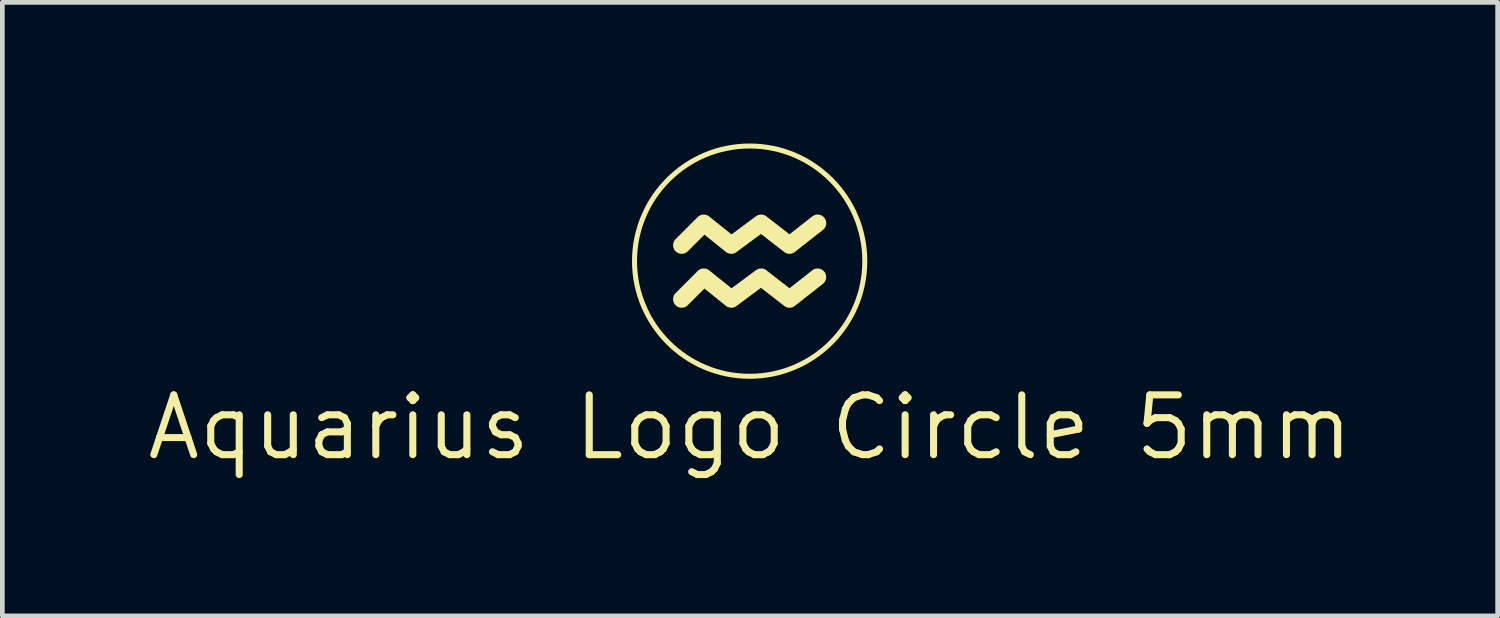
<source format=kicad_pcb>
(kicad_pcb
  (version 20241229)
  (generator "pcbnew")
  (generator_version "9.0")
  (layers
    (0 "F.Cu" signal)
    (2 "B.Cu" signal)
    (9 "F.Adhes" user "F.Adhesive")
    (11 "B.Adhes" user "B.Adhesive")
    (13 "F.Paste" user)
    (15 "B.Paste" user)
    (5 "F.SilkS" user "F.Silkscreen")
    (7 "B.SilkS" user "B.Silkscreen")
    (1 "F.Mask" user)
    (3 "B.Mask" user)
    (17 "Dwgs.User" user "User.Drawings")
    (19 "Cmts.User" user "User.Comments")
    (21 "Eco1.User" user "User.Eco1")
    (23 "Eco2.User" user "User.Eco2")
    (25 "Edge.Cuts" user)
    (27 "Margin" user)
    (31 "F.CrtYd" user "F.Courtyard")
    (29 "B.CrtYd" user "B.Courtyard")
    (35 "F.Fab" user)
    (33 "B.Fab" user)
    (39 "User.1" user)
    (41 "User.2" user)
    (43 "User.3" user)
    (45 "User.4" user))
  (footprint "Aquarius Logo Circle 5mm"
    (layer "F.Cu")
    (at 12.889 2.532)
    (property "Reference" "Aquarius Logo Circle 5mm" (at 0 3.5 0) (layer "F.SilkS") (effects (font (size 1.27 1.27) (thickness 0.15))))
    (fp_poly (pts (xy -0.977 -1.022) (xy -0.968 -1.022) (xy -0.96 -1.021) (xy -0.952 -1.02) (xy -0.944 -1.018) (xy -0.936 -1.016) (xy -0.928 -1.014) (xy -0.92 -1.012) (xy -0.912 -1.008) (xy -0.905 -1.005) (xy -0.897 -1.001) (xy -0.89 -0.997) (xy -0.882 -0.993) (xy -0.875 -0.988) (xy -0.868 -0.982) (xy -0.393 -0.601) (xy 0.127 -0.987) (xy 0.133 -0.991) (xy 0.14 -0.995) (xy 0.146 -0.999) (xy 0.153 -1.003) (xy 0.166 -1.009) (xy 0.18 -1.014) (xy 0.195 -1.018) (xy 0.209 -1.021) (xy 0.224 -1.022) (xy 0.238 -1.023) (xy 0.253 -1.022) (xy 0.267 -1.02) (xy 0.282 -1.017) (xy 0.296 -1.013) (xy 0.309 -1.007) (xy 0.323 -1.001) (xy 0.329 -0.997) (xy 0.336 -0.993) (xy 0.342 -0.989) (xy 0.348 -0.984) (xy 0.839 -0.603) (xy 1.324 -0.984) (xy 1.331 -0.989) (xy 1.339 -0.994) (xy 1.347 -0.999) (xy 1.355 -1.003) (xy 1.363 -1.007) (xy 1.371 -1.011) (xy 1.38 -1.014) (xy 1.388 -1.016) (xy 1.397 -1.018) (xy 1.406 -1.02) (xy 1.414 -1.021) (xy 1.423 -1.022) (xy 1.432 -1.023) (xy 1.441 -1.023) (xy 1.45 -1.022) (xy 1.458 -1.021) (xy 1.467 -1.02) (xy 1.476 -1.018) (xy 1.484 -1.016) (xy 1.493 -1.014) (xy 1.501 -1.011) (xy 1.509 -1.008) (xy 1.517 -1.004) (xy 1.525 -1) (xy 1.533 -0.995) (xy 1.54 -0.99) (xy 1.547 -0.985) (xy 1.555 -0.979) (xy 1.561 -0.973) (xy 1.568 -0.967) (xy 1.574 -0.96) (xy 1.58 -0.953) (xy 1.586 -0.945) (xy 1.591 -0.937) (xy 1.596 -0.93) (xy 1.6 -0.921) (xy 1.604 -0.913) (xy 1.607 -0.905) (xy 1.61 -0.896) (xy 1.613 -0.888) (xy 1.615 -0.879) (xy 1.617 -0.871) (xy 1.618 -0.862) (xy 1.619 -0.853) (xy 1.619 -0.844) (xy 1.619 -0.835) (xy 1.619 -0.827) (xy 1.618 -0.818) (xy 1.617 -0.809) (xy 1.615 -0.801) (xy 1.613 -0.792) (xy 1.611 -0.784) (xy 1.608 -0.775) (xy 1.604 -0.767) (xy 1.601 -0.759) (xy 1.597 -0.751) (xy 1.592 -0.744) (xy 1.587 -0.736) (xy 1.582 -0.729) (xy 1.576 -0.722) (xy 1.57 -0.715) (xy 1.564 -0.708) (xy 1.557 -0.702) (xy 1.549 -0.696) (xy 0.952 -0.227) (xy 0.946 -0.222) (xy 0.939 -0.218) (xy 0.933 -0.213) (xy 0.926 -0.21) (xy 0.919 -0.206) (xy 0.912 -0.203) (xy 0.905 -0.2) (xy 0.898 -0.197) (xy 0.891 -0.195) (xy 0.884 -0.193) (xy 0.876 -0.191) (xy 0.869 -0.19) (xy 0.862 -0.189) (xy 0.854 -0.188) (xy 0.847 -0.188) (xy 0.839 -0.188) (xy 0.832 -0.188) (xy 0.824 -0.188) (xy 0.817 -0.189) (xy 0.81 -0.19) (xy 0.802 -0.191) (xy 0.795 -0.193) (xy 0.788 -0.195) (xy 0.781 -0.197) (xy 0.774 -0.2) (xy 0.767 -0.203) (xy 0.76 -0.206) (xy 0.753 -0.209) (xy 0.746 -0.213) (xy 0.74 -0.217) (xy 0.733 -0.222) (xy 0.727 -0.226) (xy 0.233 -0.61) (xy -0.289 -0.224) (xy -0.295 -0.219) (xy -0.302 -0.215) (xy -0.308 -0.211) (xy -0.315 -0.207) (xy -0.329 -0.201) (xy -0.343 -0.196) (xy -0.357 -0.192) (xy -0.372 -0.19) (xy -0.387 -0.188) (xy -0.401 -0.188) (xy -0.416 -0.189) (xy -0.431 -0.191) (xy -0.445 -0.194) (xy -0.459 -0.198) (xy -0.473 -0.204) (xy -0.487 -0.211) (xy -0.493 -0.215) (xy -0.5 -0.219) (xy -0.506 -0.223) (xy -0.512 -0.228) (xy -0.969 -0.595) (xy -1.323 -0.241) (xy -1.33 -0.235) (xy -1.337 -0.229) (xy -1.344 -0.223) (xy -1.352 -0.218) (xy -1.359 -0.213) (xy -1.367 -0.209) (xy -1.375 -0.205) (xy -1.383 -0.201) (xy -1.392 -0.198) (xy -1.4 -0.195) (xy -1.409 -0.193) (xy -1.417 -0.191) (xy -1.426 -0.19) (xy -1.435 -0.189) (xy -1.443 -0.188) (xy -1.452 -0.188) (xy -1.461 -0.188) (xy -1.47 -0.189) (xy -1.478 -0.19) (xy -1.487 -0.191) (xy -1.496 -0.193) (xy -1.504 -0.195) (xy -1.513 -0.198) (xy -1.521 -0.201) (xy -1.529 -0.205) (xy -1.537 -0.209) (xy -1.545 -0.213) (xy -1.553 -0.218) (xy -1.56 -0.223) (xy -1.567 -0.229) (xy -1.575 -0.235) (xy -1.581 -0.241) (xy -1.588 -0.248) (xy -1.594 -0.255) (xy -1.6 -0.262) (xy -1.605 -0.27) (xy -1.61 -0.278) (xy -1.614 -0.286) (xy -1.618 -0.294) (xy -1.622 -0.302) (xy -1.625 -0.31) (xy -1.627 -0.318) (xy -1.63 -0.327) (xy -1.632 -0.336) (xy -1.633 -0.344) (xy -1.634 -0.353) (xy -1.635 -0.362) (xy -1.635 -0.371) (xy -1.635 -0.379) (xy -1.634 -0.388) (xy -1.633 -0.397) (xy -1.632 -0.405) (xy -1.63 -0.414) (xy -1.627 -0.423) (xy -1.625 -0.431) (xy -1.622 -0.439) (xy -1.618 -0.448) (xy -1.614 -0.456) (xy -1.61 -0.463) (xy -1.605 -0.471) (xy -1.6 -0.479) (xy -1.594 -0.486) (xy -1.588 -0.493) (xy -1.581 -0.5) (xy -1.112 -0.969) (xy -1.106 -0.975) (xy -1.099 -0.981) (xy -1.093 -0.986) (xy -1.086 -0.991) (xy -1.079 -0.996) (xy -1.071 -1) (xy -1.064 -1.004) (xy -1.056 -1.007) (xy -1.049 -1.01) (xy -1.041 -1.013) (xy -1.033 -1.016) (xy -1.025 -1.018) (xy -1.017 -1.019) (xy -1.009 -1.021) (xy -1.001 -1.022) (xy -0.993 -1.022) (xy -0.985 -1.023)) (stroke (width -0.000001) (type solid)) (fill yes) (layer "F.SilkS"))
    (fp_poly (pts (xy 1.45 0.123) (xy 1.458 0.124) (xy 1.467 0.126) (xy 1.476 0.127) (xy 1.484 0.129) (xy 1.493 0.132) (xy 1.501 0.135) (xy 1.509 0.138) (xy 1.517 0.142) (xy 1.525 0.146) (xy 1.533 0.15) (xy 1.54 0.155) (xy 1.547 0.161) (xy 1.555 0.166) (xy 1.561 0.172) (xy 1.568 0.179) (xy 1.574 0.186) (xy 1.58 0.193) (xy 1.586 0.201) (xy 1.591 0.208) (xy 1.596 0.216) (xy 1.6 0.224) (xy 1.604 0.232) (xy 1.607 0.241) (xy 1.61 0.249) (xy 1.613 0.258) (xy 1.615 0.266) (xy 1.617 0.275) (xy 1.618 0.284) (xy 1.619 0.293) (xy 1.619 0.301) (xy 1.619 0.31) (xy 1.619 0.319) (xy 1.618 0.328) (xy 1.617 0.336) (xy 1.615 0.345) (xy 1.613 0.354) (xy 1.611 0.362) (xy 1.608 0.37) (xy 1.604 0.378) (xy 1.601 0.387) (xy 1.597 0.394) (xy 1.592 0.402) (xy 1.587 0.41) (xy 1.582 0.417) (xy 1.576 0.424) (xy 1.57 0.431) (xy 1.564 0.437) (xy 1.557 0.444) (xy 1.549 0.45) (xy 0.952 0.919) (xy 0.946 0.924) (xy 0.939 0.928) (xy 0.933 0.932) (xy 0.926 0.936) (xy 0.919 0.94) (xy 0.912 0.943) (xy 0.905 0.946) (xy 0.898 0.948) (xy 0.891 0.951) (xy 0.884 0.952) (xy 0.876 0.954) (xy 0.869 0.956) (xy 0.862 0.957) (xy 0.854 0.957) (xy 0.847 0.958) (xy 0.839 0.958) (xy 0.832 0.958) (xy 0.824 0.957) (xy 0.817 0.957) (xy 0.81 0.956) (xy 0.802 0.954) (xy 0.795 0.953) (xy 0.788 0.951) (xy 0.781 0.948) (xy 0.774 0.946) (xy 0.767 0.943) (xy 0.76 0.94) (xy 0.753 0.936) (xy 0.746 0.933) (xy 0.74 0.929) (xy 0.733 0.924) (xy 0.727 0.919) (xy 0.233 0.535) (xy -0.289 0.922) (xy -0.295 0.927) (xy -0.302 0.931) (xy -0.308 0.935) (xy -0.315 0.938) (xy -0.329 0.945) (xy -0.343 0.95) (xy -0.357 0.953) (xy -0.372 0.956) (xy -0.387 0.958) (xy -0.401 0.958) (xy -0.416 0.957) (xy -0.431 0.955) (xy -0.445 0.952) (xy -0.459 0.947) (xy -0.473 0.942) (xy -0.487 0.935) (xy -0.493 0.931) (xy -0.5 0.927) (xy -0.506 0.923) (xy -0.512 0.918) (xy -0.969 0.551) (xy -1.323 0.904) (xy -1.33 0.911) (xy -1.337 0.917) (xy -1.344 0.923) (xy -1.352 0.928) (xy -1.359 0.933) (xy -1.367 0.937) (xy -1.375 0.941) (xy -1.383 0.945) (xy -1.392 0.948) (xy -1.4 0.95) (xy -1.409 0.953) (xy -1.417 0.955) (xy -1.426 0.956) (xy -1.435 0.957) (xy -1.443 0.958) (xy -1.452 0.958) (xy -1.461 0.958) (xy -1.47 0.957) (xy -1.478 0.956) (xy -1.487 0.955) (xy -1.496 0.953) (xy -1.504 0.95) (xy -1.513 0.948) (xy -1.521 0.945) (xy -1.529 0.941) (xy -1.537 0.937) (xy -1.545 0.933) (xy -1.553 0.928) (xy -1.56 0.923) (xy -1.567 0.917) (xy -1.575 0.911) (xy -1.581 0.904) (xy -1.588 0.898) (xy -1.594 0.891) (xy -1.6 0.883) (xy -1.605 0.876) (xy -1.61 0.868) (xy -1.614 0.86) (xy -1.618 0.852) (xy -1.622 0.844) (xy -1.625 0.836) (xy -1.627 0.827) (xy -1.63 0.819) (xy -1.632 0.81) (xy -1.633 0.801) (xy -1.634 0.793) (xy -1.635 0.784) (xy -1.635 0.775) (xy -1.635 0.766) (xy -1.634 0.758) (xy -1.633 0.749) (xy -1.632 0.74) (xy -1.63 0.732) (xy -1.627 0.723) (xy -1.625 0.715) (xy -1.622 0.706) (xy -1.618 0.698) (xy -1.614 0.69) (xy -1.61 0.682) (xy -1.605 0.675) (xy -1.6 0.667) (xy -1.594 0.66) (xy -1.588 0.653) (xy -1.581 0.646) (xy -1.112 0.177) (xy -1.106 0.171) (xy -1.099 0.165) (xy -1.093 0.16) (xy -1.086 0.155) (xy -1.079 0.15) (xy -1.071 0.146) (xy -1.064 0.142) (xy -1.056 0.139) (xy -1.049 0.135) (xy -1.041 0.133) (xy -1.033 0.13) (xy -1.025 0.128) (xy -1.017 0.126) (xy -1.009 0.125) (xy -1.001 0.124) (xy -0.993 0.123) (xy -0.985 0.123) (xy -0.977 0.123) (xy -0.968 0.124) (xy -0.96 0.124) (xy -0.952 0.126) (xy -0.944 0.127) (xy -0.936 0.129) (xy -0.928 0.131) (xy -0.92 0.134) (xy -0.912 0.137) (xy -0.905 0.141) (xy -0.897 0.144) (xy -0.89 0.149) (xy -0.882 0.153) (xy -0.875 0.158) (xy -0.868 0.163) (xy -0.393 0.544) (xy 0.127 0.159) (xy 0.133 0.155) (xy 0.14 0.15) (xy 0.146 0.147) (xy 0.153 0.143) (xy 0.166 0.137) (xy 0.18 0.132) (xy 0.195 0.128) (xy 0.209 0.125) (xy 0.224 0.124) (xy 0.238 0.123) (xy 0.253 0.124) (xy 0.267 0.126) (xy 0.282 0.129) (xy 0.296 0.133) (xy 0.309 0.138) (xy 0.323 0.145) (xy 0.329 0.149) (xy 0.336 0.153) (xy 0.342 0.157) (xy 0.348 0.162) (xy 0.839 0.543) (xy 1.324 0.162) (xy 1.331 0.157) (xy 1.339 0.151) (xy 1.347 0.147) (xy 1.355 0.142) (xy 1.363 0.138) (xy 1.371 0.135) (xy 1.38 0.132) (xy 1.388 0.129) (xy 1.397 0.127) (xy 1.406 0.126) (xy 1.414 0.124) (xy 1.423 0.124) (xy 1.432 0.123) (xy 1.441 0.123)) (stroke (width -0.000001) (type solid)) (fill yes) (layer "F.SilkS"))
    (fp_poly (pts (xy 0.121 -2.529) (xy 0.248 -2.519) (xy 0.373 -2.503) (xy 0.496 -2.481) (xy 0.617 -2.454) (xy 0.736 -2.42) (xy 0.852 -2.381) (xy 0.965 -2.336) (xy 1.076 -2.286) (xy 1.184 -2.231) (xy 1.289 -2.17) (xy 1.39 -2.105) (xy 1.488 -2.036) (xy 1.582 -1.961) (xy 1.673 -1.883) (xy 1.76 -1.8) (xy 1.843 -1.713) (xy 1.921 -1.623) (xy 1.996 -1.528) (xy 2.065 -1.43) (xy 2.13 -1.329) (xy 2.19 -1.224) (xy 2.246 -1.116) (xy 2.296 -1.005) (xy 2.341 -0.892) (xy 2.38 -0.776) (xy 2.413 -0.657) (xy 2.441 -0.536) (xy 2.463 -0.413) (xy 2.479 -0.288) (xy 2.489 -0.161) (xy 2.492 -0.032) (xy 2.489 0.096) (xy 2.479 0.223) (xy 2.463 0.348) (xy 2.441 0.472) (xy 2.413 0.592) (xy 2.38 0.711) (xy 2.341 0.827) (xy 2.296 0.941) (xy 2.246 1.052) (xy 2.19 1.159) (xy 2.13 1.264) (xy 2.065 1.365) (xy 1.996 1.463) (xy 1.921 1.558) (xy 1.843 1.649) (xy 1.76 1.735) (xy 1.673 1.818) (xy 1.582 1.897) (xy 1.488 1.971) (xy 1.39 2.041) (xy 1.289 2.106) (xy 1.184 2.166) (xy 1.076 2.221) (xy 0.965 2.271) (xy 0.852 2.316) (xy 0.736 2.355) (xy 0.617 2.389) (xy 0.496 2.417) (xy 0.373 2.439) (xy 0.248 2.455) (xy 0.121 2.464) (xy -0.008 2.468) (xy -0.136 2.464) (xy -0.263 2.455) (xy -0.388 2.439) (xy -0.512 2.417) (xy -0.633 2.389) (xy -0.751 2.355) (xy -0.867 2.316) (xy -0.981 2.271) (xy -1.092 2.221) (xy -1.199 2.166) (xy -1.304 2.106) (xy -1.406 2.041) (xy -1.504 1.971) (xy -1.598 1.897) (xy -1.689 1.818) (xy -1.776 1.735) (xy -1.858 1.649) (xy -1.937 1.558) (xy -2.011 1.463) (xy -2.081 1.365) (xy -2.146 1.264) (xy -2.206 1.159) (xy -2.261 1.052) (xy -2.311 0.941) (xy -2.356 0.827) (xy -2.395 0.711) (xy -2.429 0.592) (xy -2.457 0.472) (xy -2.479 0.348) (xy -2.495 0.223) (xy -2.505 0.096) (xy -2.508 -0.032) (xy -2.402 -0.032) (xy -2.398 0.091) (xy -2.389 0.212) (xy -2.374 0.332) (xy -2.353 0.45) (xy -2.326 0.566) (xy -2.294 0.68) (xy -2.256 0.791) (xy -2.213 0.899) (xy -2.165 1.005) (xy -2.113 1.109) (xy -2.055 1.209) (xy -1.993 1.306) (xy -1.926 1.4) (xy -1.855 1.49) (xy -1.78 1.577) (xy -1.7 1.66) (xy -1.617 1.74) (xy -1.53 1.815) (xy -1.44 1.886) (xy -1.346 1.953) (xy -1.249 2.015) (xy -1.149 2.072) (xy -1.046 2.125) (xy -0.94 2.173) (xy -0.831 2.216) (xy -0.72 2.254) (xy -0.606 2.286) (xy -0.49 2.313) (xy -0.372 2.334) (xy -0.253 2.349) (xy -0.131 2.358) (xy -0.008 2.361) (xy 0.115 2.358) (xy 0.237 2.349) (xy 0.357 2.334) (xy 0.475 2.313) (xy 0.59 2.286) (xy 0.704 2.254) (xy 0.815 2.216) (xy 0.924 2.173) (xy 1.03 2.125) (xy 1.133 2.072) (xy 1.233 2.015) (xy 1.331 1.953) (xy 1.424 1.886) (xy 1.515 1.815) (xy 1.602 1.74) (xy 1.685 1.66) (xy 1.764 1.577) (xy 1.839 1.49) (xy 1.91 1.4) (xy 1.977 1.306) (xy 2.039 1.209) (xy 2.097 1.109) (xy 2.15 1.005) (xy 2.198 0.899) (xy 2.241 0.791) (xy 2.278 0.68) (xy 2.311 0.566) (xy 2.337 0.45) (xy 2.358 0.332) (xy 2.374 0.212) (xy 2.383 0.091) (xy 2.386 -0.032) (xy 2.383 -0.155) (xy 2.374 -0.277) (xy 2.358 -0.397) (xy 2.337 -0.515) (xy 2.311 -0.631) (xy 2.278 -0.744) (xy 2.241 -0.855) (xy 2.198 -0.964) (xy 2.15 -1.07) (xy 2.097 -1.173) (xy 2.039 -1.274) (xy 1.977 -1.371) (xy 1.91 -1.465) (xy 1.839 -1.555) (xy 1.764 -1.642) (xy 1.685 -1.725) (xy 1.602 -1.804) (xy 1.515 -1.879) (xy 1.424 -1.951) (xy 1.331 -2.017) (xy 1.233 -2.08) (xy 1.133 -2.137) (xy 1.03 -2.19) (xy 0.924 -2.238) (xy 0.815 -2.281) (xy 0.704 -2.318) (xy 0.59 -2.351) (xy 0.475 -2.377) (xy 0.357 -2.398) (xy 0.237 -2.414) (xy 0.115 -2.423) (xy -0.008 -2.426) (xy -0.131 -2.423) (xy -0.253 -2.414) (xy -0.372 -2.398) (xy -0.49 -2.377) (xy -0.606 -2.351) (xy -0.72 -2.318) (xy -0.831 -2.281) (xy -0.94 -2.238) (xy -1.046 -2.19) (xy -1.149 -2.137) (xy -1.249 -2.08) (xy -1.346 -2.017) (xy -1.44 -1.951) (xy -1.53 -1.879) (xy -1.617 -1.804) (xy -1.7 -1.725) (xy -1.78 -1.642) (xy -1.855 -1.555) (xy -1.926 -1.465) (xy -1.993 -1.371) (xy -2.055 -1.274) (xy -2.113 -1.173) (xy -2.165 -1.07) (xy -2.213 -0.964) (xy -2.256 -0.855) (xy -2.294 -0.744) (xy -2.326 -0.631) (xy -2.353 -0.515) (xy -2.374 -0.397) (xy -2.389 -0.277) (xy -2.398 -0.155) (xy -2.402 -0.032) (xy -2.508 -0.032) (xy -2.505 -0.161) (xy -2.495 -0.288) (xy -2.479 -0.413) (xy -2.457 -0.536) (xy -2.429 -0.657) (xy -2.395 -0.776) (xy -2.356 -0.892) (xy -2.311 -1.005) (xy -2.261 -1.116) (xy -2.206 -1.224) (xy -2.146 -1.329) (xy -2.081 -1.43) (xy -2.011 -1.528) (xy -1.937 -1.623) (xy -1.858 -1.713) (xy -1.776 -1.8) (xy -1.689 -1.883) (xy -1.598 -1.961) (xy -1.504 -2.036) (xy -1.406 -2.105) (xy -1.304 -2.17) (xy -1.199 -2.231) (xy -1.092 -2.286) (xy -0.981 -2.336) (xy -0.867 -2.381) (xy -0.751 -2.42) (xy -0.633 -2.454) (xy -0.512 -2.481) (xy -0.388 -2.503) (xy -0.263 -2.519) (xy -0.136 -2.529) (xy -0.008 -2.532)) (stroke (width -0.000001) (type solid)) (fill yes) (layer "F.SilkS")))
  (gr_rect
    (start -3 -3)
    (end 28.777 10.038)
    (stroke (width 0.1) (type default))
    (fill no)
    (layer "Edge.Cuts")))
</source>
